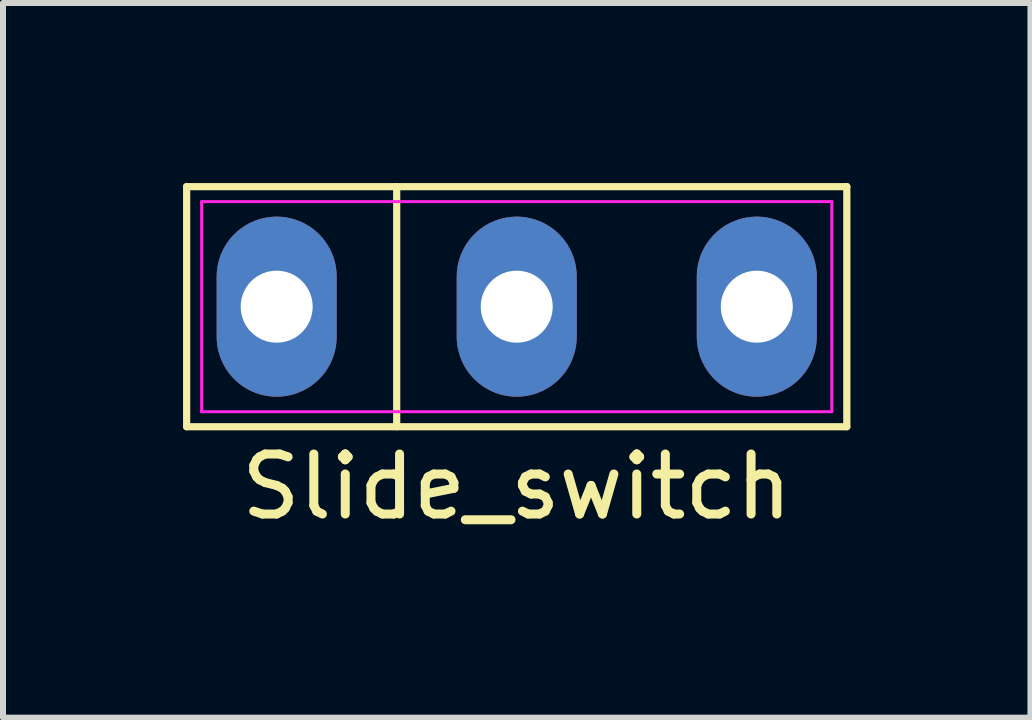
<source format=kicad_pcb>
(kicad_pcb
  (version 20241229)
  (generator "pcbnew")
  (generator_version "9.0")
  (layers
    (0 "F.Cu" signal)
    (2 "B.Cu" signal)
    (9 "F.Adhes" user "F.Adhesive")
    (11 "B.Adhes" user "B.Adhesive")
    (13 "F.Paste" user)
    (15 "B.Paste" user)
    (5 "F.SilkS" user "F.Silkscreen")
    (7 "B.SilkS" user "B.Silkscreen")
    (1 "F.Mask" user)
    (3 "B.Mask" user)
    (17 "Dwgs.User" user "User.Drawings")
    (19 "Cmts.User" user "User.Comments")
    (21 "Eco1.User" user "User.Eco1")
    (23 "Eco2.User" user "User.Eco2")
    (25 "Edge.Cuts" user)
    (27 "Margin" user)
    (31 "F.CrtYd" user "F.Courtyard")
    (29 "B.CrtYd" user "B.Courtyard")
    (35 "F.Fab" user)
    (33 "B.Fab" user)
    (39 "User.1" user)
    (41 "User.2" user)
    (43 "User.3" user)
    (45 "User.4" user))
  (footprint "Slide_switch"
    (layer "F.Cu")
    (at 5.56 2.06)
    (property "Reference" "Slide_switch" (at 0 3 0) (layer "F.SilkS") (effects (font (size 1 1) (thickness 0.15))))
    (attr through_hole)
    (fp_line (start -5.5 -2) (end 5.5 -2) (stroke (width 0.12) (type default)) (layer "F.SilkS"))
    (fp_line (start -5.5 2) (end -5.5 -2) (stroke (width 0.12) (type default)) (layer "F.SilkS"))
    (fp_line (start -2 -2) (end -2 2) (stroke (width 0.12) (type default)) (layer "F.SilkS"))
    (fp_line (start 5.5 -2) (end 5.5 2) (stroke (width 0.12) (type default)) (layer "F.SilkS"))
    (fp_line (start 5.5 2) (end -5.5 2) (stroke (width 0.12) (type default)) (layer "F.SilkS"))
    (fp_line (start -5.25 -1.75) (end 5.25 -1.75) (stroke (width 0.05) (type default)) (layer "F.CrtYd"))
    (fp_line (start -5.25 1.75) (end -5.25 -1.75) (stroke (width 0.05) (type default)) (layer "F.CrtYd"))
    (fp_line (start 5.25 -1.75) (end 5.25 1.75) (stroke (width 0.05) (type default)) (layer "F.CrtYd"))
    (fp_line (start 5.25 1.75) (end -5.25 1.75) (stroke (width 0.05) (type default)) (layer "F.CrtYd"))
    (pad "1" thru_hole oval (at -4 0) (size 2 3) (drill 1.2) (layers "*.Cu" "*.Mask"))
    (pad "2" thru_hole oval (at 0 0) (size 2 3) (drill 1.2) (layers "*.Cu" "*.Mask"))
    (pad "3" thru_hole oval (at 4 0) (size 2 3) (drill 1.2) (layers "*.Cu" "*.Mask")))
  (gr_rect
    (start -3 -3)
    (end 14.12 8.908)
    (stroke (width 0.1) (type default))
    (fill no)
    (layer "Edge.Cuts")))
</source>
